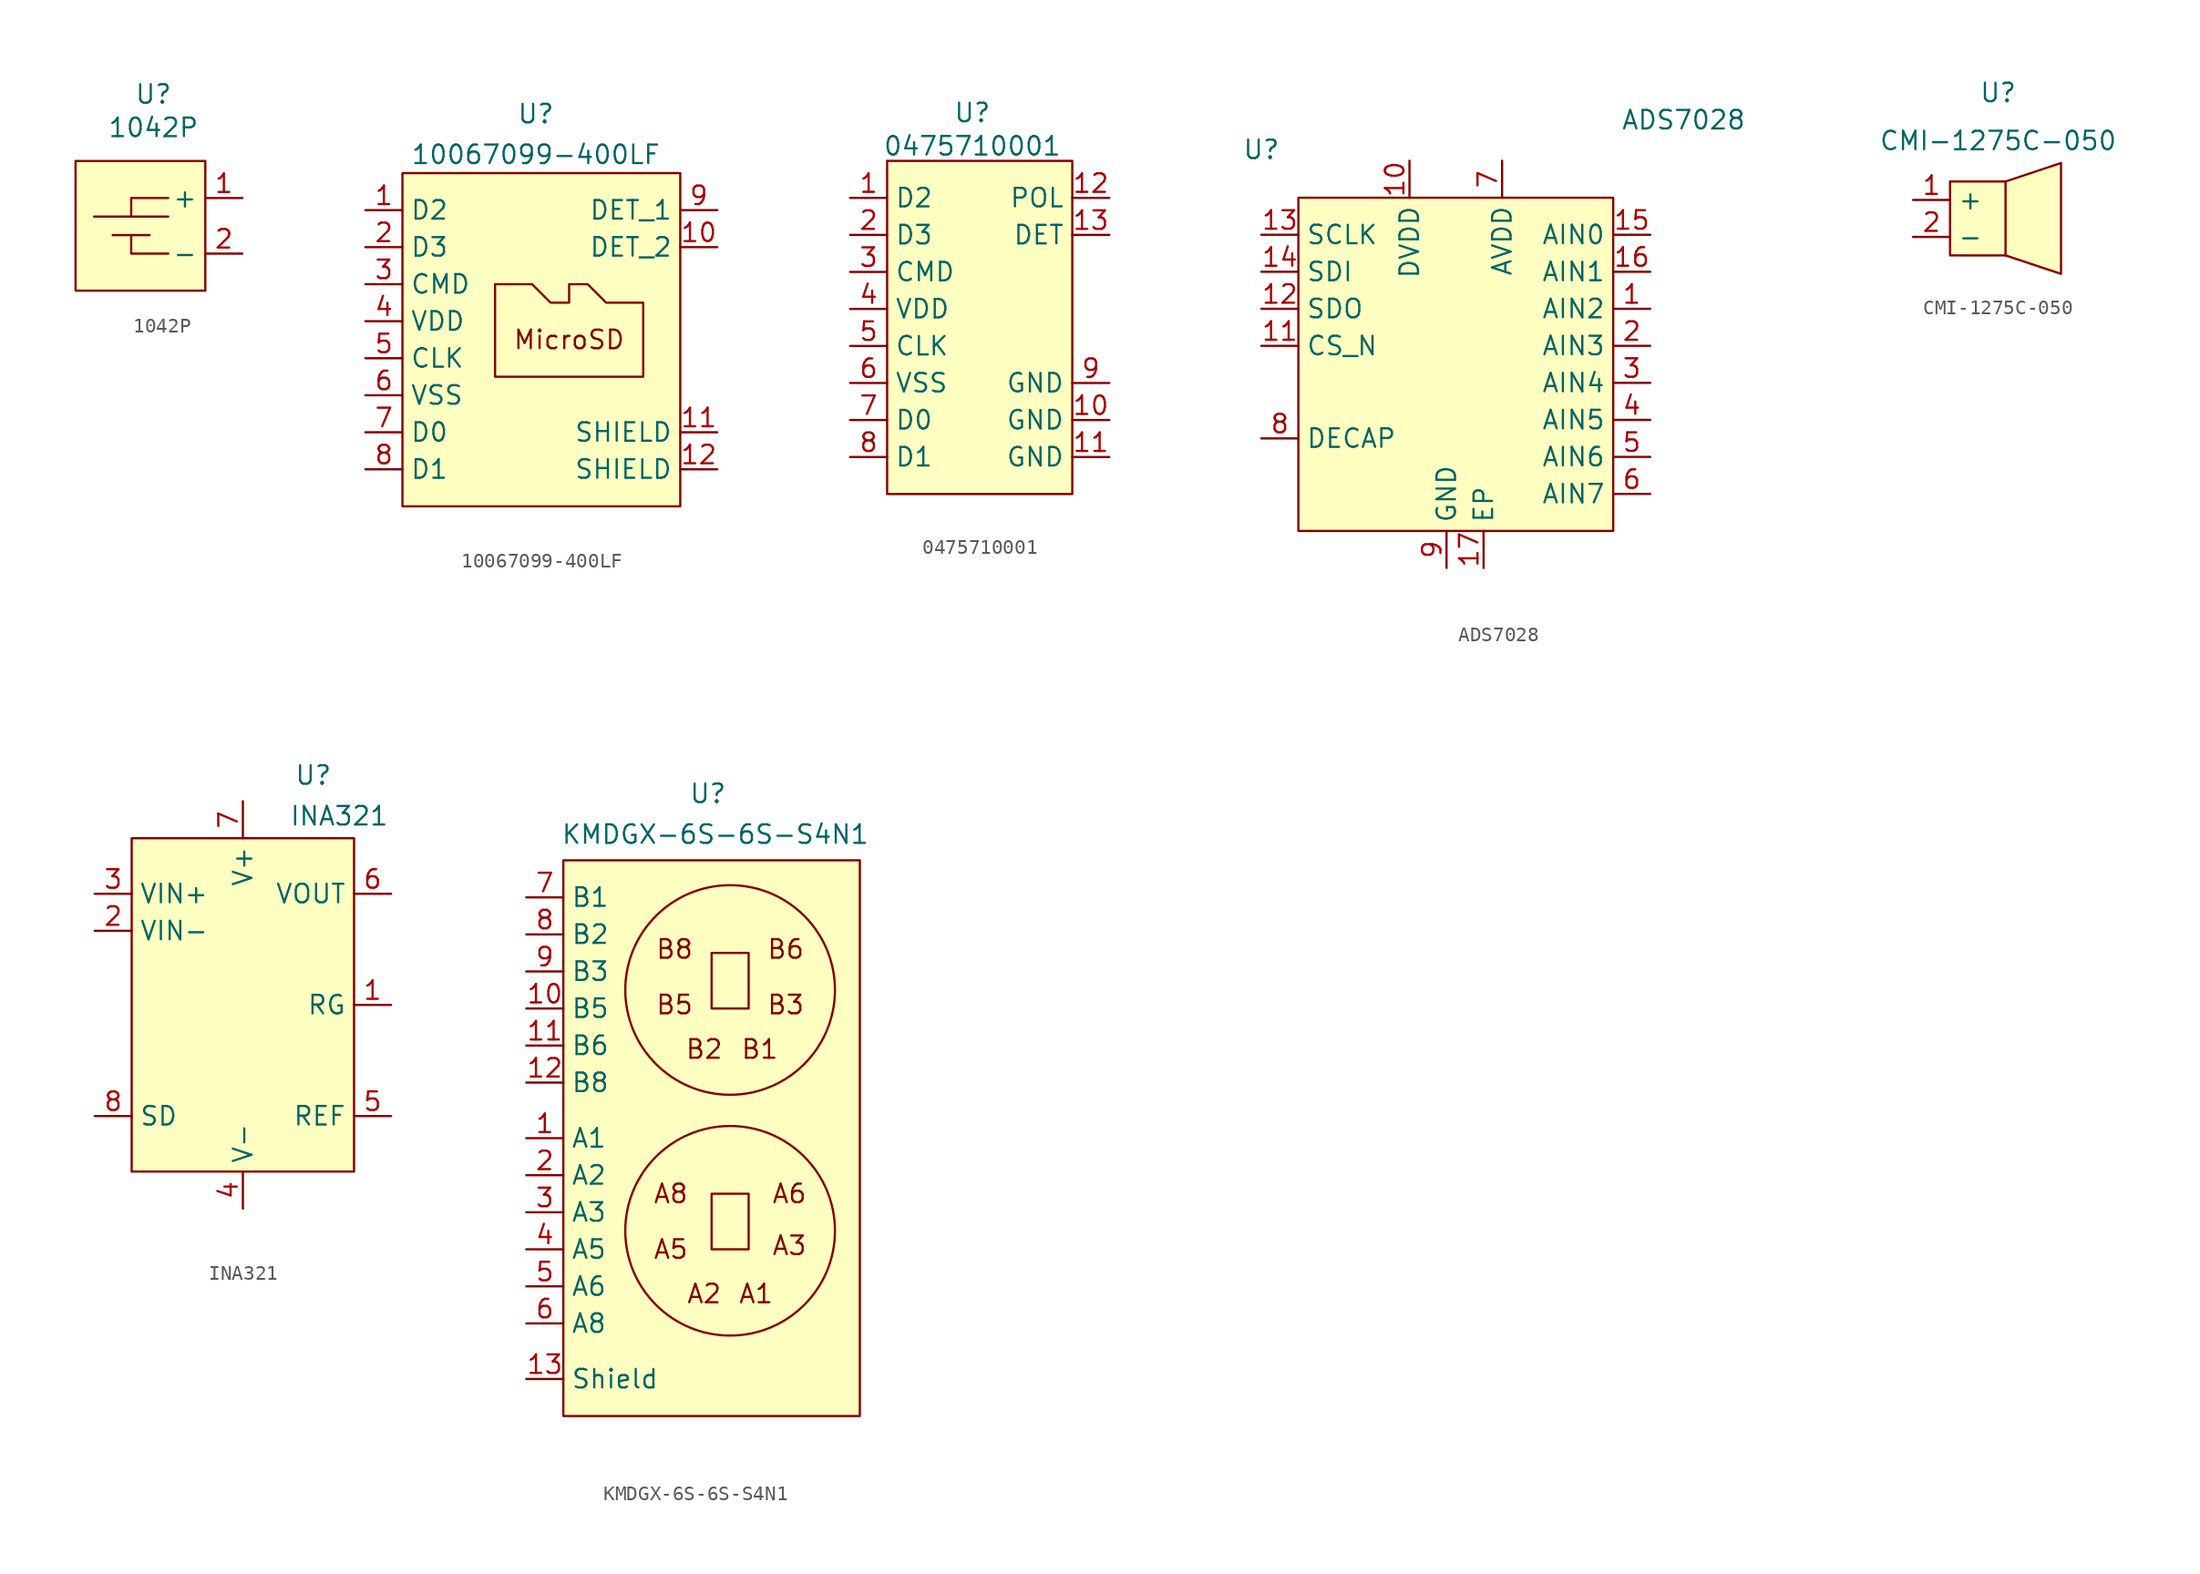
<source format=kicad_sym>
(kicad_symbol_lib
  (version 20231120)
  (generator "kicad_symbol_editor")
  (generator_version "8.0")
  (symbol "1042P"
    (property "Reference" "U"
      (at 0.254 8.382 0)
      (effects (font (size 1.27 1.27))))
    (property "Value" "1042P"
      (at 0.254 6.096 0)
      (effects (font (size 1.27 1.27))))
    (symbol "1042P_0_0"
      (pin unspecified line (at 6.35 -2.54 180) (length 2.54) (name "-" (effects (font (size 1.27 1.27)))) (number "2" (effects (font (size 1.27 1.27))))))
    (symbol "1042P_0_1"
      (polyline (pts (xy -3.81 0) (xy 1.27 0)) (stroke (width 0) (type default)) (fill (type none)))
      (polyline (pts (xy -2.54 -1.27) (xy 0 -1.27)) (stroke (width 0) (type default)) (fill (type none)))
      (polyline (pts (xy -1.27 -1.27) (xy -1.27 -2.54) (xy 1.27 -2.54)) (stroke (width 0) (type default)) (fill (type none)))
      (polyline (pts (xy 1.27 1.27) (xy -1.27 1.27) (xy -1.27 0)) (stroke (width 0) (type default)) (fill (type none))))
    (symbol "1042P_1_0"
      (pin unspecified line (at 6.35 1.27 180) (length 2.54) (name "+" (effects (font (size 1.27 1.27)))) (number "1" (effects (font (size 1.27 1.27))))))
    (symbol "1042P_1_1"
      (rectangle (start -5.08 3.81) (end 3.81 -5.08) (stroke (width 0) (type default)) (fill (type background)))))
  (symbol "10067099-400LF"
    (property "Reference" "U"
      (at 0.254 5.334 0)
      (effects (font (size 1.27 1.27))))
    (property "Value" "10067099-400LF"
      (at 0.254 2.54 0)
      (effects (font (size 1.27 1.27))))
    (symbol "10067099-400LF_0_0"
      (pin unspecified line (at -11.43 -1.27 0) (length 2.54) (name "D2" (effects (font (size 1.27 1.27)))) (number "1" (effects (font (size 1.27 1.27)))))
      (pin unspecified line (at 12.7 -3.81 180) (length 2.54) (name "DET_2" (effects (font (size 1.27 1.27)))) (number "10" (effects (font (size 1.27 1.27)))))
      (pin unspecified line (at 12.7 -16.51 180) (length 2.54) (name "SHIELD" (effects (font (size 1.27 1.27)))) (number "11" (effects (font (size 1.27 1.27)))))
      (pin unspecified line (at 12.7 -19.05 180) (length 2.54) (name "SHIELD" (effects (font (size 1.27 1.27)))) (number "12" (effects (font (size 1.27 1.27)))))
      (pin unspecified line (at -11.43 -3.81 0) (length 2.54) (name "D3" (effects (font (size 1.27 1.27)))) (number "2" (effects (font (size 1.27 1.27)))))
      (pin unspecified line (at -11.43 -6.35 0) (length 2.54) (name "CMD" (effects (font (size 1.27 1.27)))) (number "3" (effects (font (size 1.27 1.27)))))
      (pin unspecified line (at -11.43 -8.89 0) (length 2.54) (name "VDD" (effects (font (size 1.27 1.27)))) (number "4" (effects (font (size 1.27 1.27)))))
      (pin unspecified line (at -11.43 -11.43 0) (length 2.54) (name "CLK" (effects (font (size 1.27 1.27)))) (number "5" (effects (font (size 1.27 1.27)))))
      (pin unspecified line (at -11.43 -13.97 0) (length 2.54) (name "VSS" (effects (font (size 1.27 1.27)))) (number "6" (effects (font (size 1.27 1.27)))))
      (pin unspecified line (at -11.43 -16.51 0) (length 2.54) (name "D0" (effects (font (size 1.27 1.27)))) (number "7" (effects (font (size 1.27 1.27)))))
      (pin unspecified line (at -11.43 -19.05 0) (length 2.54) (name "D1" (effects (font (size 1.27 1.27)))) (number "8" (effects (font (size 1.27 1.27)))))
      (pin unspecified line (at 12.7 -1.27 180) (length 2.54) (name "DET_1" (effects (font (size 1.27 1.27)))) (number "9" (effects (font (size 1.27 1.27))))))
    (symbol "10067099-400LF_1_1"
      (rectangle (start -8.89 1.27) (end 10.16 -21.59) (stroke (width 0) (type default)) (fill (type background)))
      (polyline (pts (xy -1.27 -6.35) (xy 0 -6.35) (xy 1.27 -7.62) (xy 2.54 -7.62) (xy 2.54 -6.35) (xy 3.81 -6.35) (xy 5.08 -7.62) (xy 7.62 -7.62) (xy 7.62 -12.7) (xy -1.27 -12.7) (xy -2.54 -12.7) (xy -2.54 -6.35) (xy -1.27 -6.35)) (stroke (width 0) (type default)) (fill (type none)))
      (text "MicroSD" (at 2.54 -10.16 0) (effects (font (size 1.27 1.27))))))
  (symbol "0475710001"
    (property "Reference" "U"
      (at 8.382 5.842 0)
      (effects (font (size 1.27 1.27))))
    (property "Value" "0475710001"
      (at 8.382 3.556 0)
      (effects (font (size 1.27 1.27))))
    (symbol "0475710001_0_0"
      (pin unspecified line (at 0 0 0) (length 2.54) (name "D2" (effects (font (size 1.27 1.27)))) (number "1" (effects (font (size 1.27 1.27)))))
      (pin unspecified line (at 17.78 -15.24 180) (length 2.54) (name "GND" (effects (font (size 1.27 1.27)))) (number "10" (effects (font (size 1.27 1.27)))))
      (pin unspecified line (at 17.78 -17.78 180) (length 2.54) (name "GND" (effects (font (size 1.27 1.27)))) (number "11" (effects (font (size 1.27 1.27)))))
      (pin unspecified line (at 17.78 0 180) (length 2.54) (name "POL" (effects (font (size 1.27 1.27)))) (number "12" (effects (font (size 1.27 1.27)))))
      (pin unspecified line (at 17.78 -2.54 180) (length 2.54) (name "DET" (effects (font (size 1.27 1.27)))) (number "13" (effects (font (size 1.27 1.27)))))
      (pin unspecified line (at 0 -2.54 0) (length 2.54) (name "D3" (effects (font (size 1.27 1.27)))) (number "2" (effects (font (size 1.27 1.27)))))
      (pin unspecified line (at 0 -5.08 0) (length 2.54) (name "CMD" (effects (font (size 1.27 1.27)))) (number "3" (effects (font (size 1.27 1.27)))))
      (pin unspecified line (at 0 -7.62 0) (length 2.54) (name "VDD" (effects (font (size 1.27 1.27)))) (number "4" (effects (font (size 1.27 1.27)))))
      (pin unspecified line (at 0 -10.16 0) (length 2.54) (name "CLK" (effects (font (size 1.27 1.27)))) (number "5" (effects (font (size 1.27 1.27)))))
      (pin unspecified line (at 0 -12.7 0) (length 2.54) (name "VSS" (effects (font (size 1.27 1.27)))) (number "6" (effects (font (size 1.27 1.27)))))
      (pin unspecified line (at 0 -15.24 0) (length 2.54) (name "D0" (effects (font (size 1.27 1.27)))) (number "7" (effects (font (size 1.27 1.27)))))
      (pin unspecified line (at 0 -17.78 0) (length 2.54) (name "D1" (effects (font (size 1.27 1.27)))) (number "8" (effects (font (size 1.27 1.27)))))
      (pin unspecified line (at 17.78 -12.7 180) (length 2.54) (name "GND" (effects (font (size 1.27 1.27)))) (number "9" (effects (font (size 1.27 1.27))))))
    (symbol "0475710001_1_1"
      (rectangle (start 2.54 2.54) (end 15.24 -20.32) (stroke (width 0) (type default)) (fill (type background)))))
  (symbol "ADS7028"
    (property "Reference" "U"
      (at -1.27 8.382 0)
      (effects (font (size 1.27 1.27))))
    (property "Value" "ADS7028"
      (at 27.686 10.414 0)
      (effects (font (size 1.27 1.27))))
    (symbol "ADS7028_0_0"
      (pin unspecified line (at 25.4 -2.54 180) (length 2.54) (name "AIN2" (effects (font (size 1.27 1.27)))) (number "1" (effects (font (size 1.27 1.27)))))
      (pin unspecified line (at 8.89 7.62 270) (length 2.54) (name "DVDD" (effects (font (size 1.27 1.27)))) (number "10" (effects (font (size 1.27 1.27)))))
      (pin unspecified line (at -1.27 -5.08 0) (length 2.54) (name "CS_N" (effects (font (size 1.27 1.27)))) (number "11" (effects (font (size 1.27 1.27)))))
      (pin unspecified line (at -1.27 -2.54 0) (length 2.54) (name "SDO" (effects (font (size 1.27 1.27)))) (number "12" (effects (font (size 1.27 1.27)))))
      (pin unspecified line (at -1.27 2.54 0) (length 2.54) (name "SCLK" (effects (font (size 1.27 1.27)))) (number "13" (effects (font (size 1.27 1.27)))))
      (pin unspecified line (at -1.27 0 0) (length 2.54) (name "SDI" (effects (font (size 1.27 1.27)))) (number "14" (effects (font (size 1.27 1.27)))))
      (pin unspecified line (at 25.4 2.54 180) (length 2.54) (name "AIN0" (effects (font (size 1.27 1.27)))) (number "15" (effects (font (size 1.27 1.27)))))
      (pin unspecified line (at 25.4 0 180) (length 2.54) (name "AIN1" (effects (font (size 1.27 1.27)))) (number "16" (effects (font (size 1.27 1.27)))))
      (pin unspecified line (at 13.97 -20.32 90) (length 2.54) (name "EP" (effects (font (size 1.27 1.27)))) (number "17" (effects (font (size 1.27 1.27)))))
      (pin unspecified line (at 25.4 -5.08 180) (length 2.54) (name "AIN3" (effects (font (size 1.27 1.27)))) (number "2" (effects (font (size 1.27 1.27)))))
      (pin unspecified line (at 25.4 -7.62 180) (length 2.54) (name "AIN4" (effects (font (size 1.27 1.27)))) (number "3" (effects (font (size 1.27 1.27)))))
      (pin unspecified line (at 25.4 -10.16 180) (length 2.54) (name "AIN5" (effects (font (size 1.27 1.27)))) (number "4" (effects (font (size 1.27 1.27)))))
      (pin unspecified line (at 25.4 -12.7 180) (length 2.54) (name "AIN6" (effects (font (size 1.27 1.27)))) (number "5" (effects (font (size 1.27 1.27)))))
      (pin unspecified line (at 25.4 -15.24 180) (length 2.54) (name "AIN7" (effects (font (size 1.27 1.27)))) (number "6" (effects (font (size 1.27 1.27)))))
      (pin unspecified line (at 15.24 7.62 270) (length 2.54) (name "AVDD" (effects (font (size 1.27 1.27)))) (number "7" (effects (font (size 1.27 1.27)))))
      (pin unspecified line (at -1.27 -11.43 0) (length 2.54) (name "DECAP" (effects (font (size 1.27 1.27)))) (number "8" (effects (font (size 1.27 1.27)))))
      (pin unspecified line (at 11.43 -20.32 90) (length 2.54) (name "GND" (effects (font (size 1.27 1.27)))) (number "9" (effects (font (size 1.27 1.27))))))
    (symbol "ADS7028_1_1"
      (rectangle (start 1.27 5.08) (end 22.86 -17.78) (stroke (width 0) (type default)) (fill (type background)))))
  (symbol "CMI-1275C-050"
    (property "Reference" "U"
      (at -0.508 3.556 0)
      (effects (font (size 1.27 1.27))))
    (property "Value" "CMI-1275C-050"
      (at -0.508 0.254 0)
      (effects (font (size 1.27 1.27))))
    (symbol "CMI-1275C-050_0_0"
      (pin unspecified line (at -6.35 -3.81 0) (length 2.54) (name "+" (effects (font (size 1.27 1.27)))) (number "1" (effects (font (size 1.27 1.27)))))
      (pin unspecified line (at -6.35 -6.35 0) (length 2.54) (name "-" (effects (font (size 1.27 1.27)))) (number "2" (effects (font (size 1.27 1.27))))))
    (symbol "CMI-1275C-050_1_1"
      (rectangle (start -3.81 -2.54) (end 0 -7.62) (stroke (width 0) (type default)) (fill (type background)))
      (polyline (pts (xy 0 -2.54) (xy 3.81 -1.27) (xy 3.81 -8.89) (xy 0 -7.62)) (stroke (width 0) (type default)) (fill (type background)))))
  (symbol "INA321"
    (property "Reference" "U"
      (at 4.826 9.398 0)
      (effects (font (size 1.27 1.27))))
    (property "Value" "INA321"
      (at 6.604 6.604 0)
      (effects (font (size 1.27 1.27))))
    (symbol "INA321_0_0"
      (pin unspecified line (at 10.16 -6.35 180) (length 2.54) (name "RG" (effects (font (size 1.27 1.27)))) (number "1" (effects (font (size 1.27 1.27)))))
      (pin unspecified line (at -10.16 -1.27 0) (length 2.54) (name "VIN-" (effects (font (size 1.27 1.27)))) (number "2" (effects (font (size 1.27 1.27)))))
      (pin unspecified line (at -10.16 1.27 0) (length 2.54) (name "VIN+" (effects (font (size 1.27 1.27)))) (number "3" (effects (font (size 1.27 1.27)))))
      (pin unspecified line (at 0 -20.32 90) (length 2.54) (name "V-" (effects (font (size 1.27 1.27)))) (number "4" (effects (font (size 1.27 1.27)))))
      (pin unspecified line (at 10.16 -13.97 180) (length 2.54) (name "REF" (effects (font (size 1.27 1.27)))) (number "5" (effects (font (size 1.27 1.27)))))
      (pin unspecified line (at 10.16 1.27 180) (length 2.54) (name "VOUT" (effects (font (size 1.27 1.27)))) (number "6" (effects (font (size 1.27 1.27)))))
      (pin unspecified line (at 0 7.62 270) (length 2.54) (name "V+" (effects (font (size 1.27 1.27)))) (number "7" (effects (font (size 1.27 1.27)))))
      (pin unspecified line (at -10.16 -13.97 0) (length 2.54) (name "SD" (effects (font (size 1.27 1.27)))) (number "8" (effects (font (size 1.27 1.27))))))
    (symbol "INA321_1_1"
      (rectangle (start -7.62 5.08) (end 7.62 -17.78) (stroke (width 0) (type default)) (fill (type background)))))
  (symbol "KMDGX-6S-6S-S4N1"
    (property "Reference" "U"
      (at -0.254 4.572 0)
      (effects (font (size 1.27 1.27))))
    (property "Value" "KMDGX-6S-6S-S4N1"
      (at 0.254 1.778 0)
      (effects (font (size 1.27 1.27))))
    (symbol "KMDGX-6S-6S-S4N1_0_1"
      (circle (center 1.27 -25.4) (radius 7.184) (stroke (width 0) (type default)) (fill (type none)))
      (circle (center 1.27 -8.89) (radius 7.184) (stroke (width 0) (type default)) (fill (type none))))
    (symbol "KMDGX-6S-6S-S4N1_1_0"
      (pin passive line (at -12.7 -19.05 0) (length 2.54) (name "A1" (effects (font (size 1.27 1.27)))) (number "1" (effects (font (size 1.27 1.27)))))
      (pin passive line (at -12.7 -10.16 0) (length 2.54) (name "B5" (effects (font (size 1.27 1.27)))) (number "10" (effects (font (size 1.27 1.27)))))
      (pin passive line (at -12.7 -12.7 0) (length 2.54) (name "B6" (effects (font (size 1.27 1.27)))) (number "11" (effects (font (size 1.27 1.27)))))
      (pin passive line (at -12.7 -15.24 0) (length 2.54) (name "B8" (effects (font (size 1.27 1.27)))) (number "12" (effects (font (size 1.27 1.27)))))
      (pin passive line (at -12.7 -35.56 0) (length 2.54) (name "Shield" (effects (font (size 1.27 1.27)))) (number "13" (effects (font (size 1.27 1.27)))))
      (pin passive line (at -12.7 -21.59 0) (length 2.54) (name "A2" (effects (font (size 1.27 1.27)))) (number "2" (effects (font (size 1.27 1.27)))))
      (pin passive line (at -12.7 -24.13 0) (length 2.54) (name "A3" (effects (font (size 1.27 1.27)))) (number "3" (effects (font (size 1.27 1.27)))))
      (pin passive line (at -12.7 -26.67 0) (length 2.54) (name "A5" (effects (font (size 1.27 1.27)))) (number "4" (effects (font (size 1.27 1.27)))))
      (pin passive line (at -12.7 -29.21 0) (length 2.54) (name "A6" (effects (font (size 1.27 1.27)))) (number "5" (effects (font (size 1.27 1.27)))))
      (pin passive line (at -12.7 -31.75 0) (length 2.54) (name "A8" (effects (font (size 1.27 1.27)))) (number "6" (effects (font (size 1.27 1.27)))))
      (pin passive line (at -12.7 -2.54 0) (length 2.54) (name "B1" (effects (font (size 1.27 1.27)))) (number "7" (effects (font (size 1.27 1.27)))))
      (pin passive line (at -12.7 -5.08 0) (length 2.54) (name "B2" (effects (font (size 1.27 1.27)))) (number "8" (effects (font (size 1.27 1.27)))))
      (pin passive line (at -12.7 -7.62 0) (length 2.54) (name "B3" (effects (font (size 1.27 1.27)))) (number "9" (effects (font (size 1.27 1.27))))))
    (symbol "KMDGX-6S-6S-S4N1_1_1"
      (rectangle (start -10.16 0) (end 10.16 -38.1) (stroke (width 0) (type default)) (fill (type background)))
      (rectangle (start 0 -22.86) (end 2.54 -26.67) (stroke (width 0) (type default)) (fill (type none)))
      (rectangle (start 0 -6.35) (end 2.54 -10.16) (stroke (width 0) (type default)) (fill (type none)))
      (text "A1" (at 3.048 -29.718 0) (effects (font (size 1.27 1.27))))
      (text "A2" (at -0.508 -29.718 0) (effects (font (size 1.27 1.27))))
      (text "A3" (at 5.334 -26.416 0) (effects (font (size 1.27 1.27))))
      (text "A5" (at -2.794 -26.67 0) (effects (font (size 1.27 1.27))))
      (text "A6" (at 5.334 -22.86 0) (effects (font (size 1.27 1.27))))
      (text "A8" (at -2.794 -22.86 0) (effects (font (size 1.27 1.27))))
      (text "B1\n" (at 3.302 -12.954 0) (effects (font (size 1.27 1.27))))
      (text "B2" (at -0.508 -12.954 0) (effects (font (size 1.27 1.27))))
      (text "B3" (at 5.08 -9.906 0) (effects (font (size 1.27 1.27))))
      (text "B5" (at -2.54 -9.906 0) (effects (font (size 1.27 1.27))))
      (text "B6" (at 5.08 -6.096 0) (effects (font (size 1.27 1.27))))
      (text "B8\n" (at -2.54 -6.096 0) (effects (font (size 1.27 1.27)))))))
</source>
